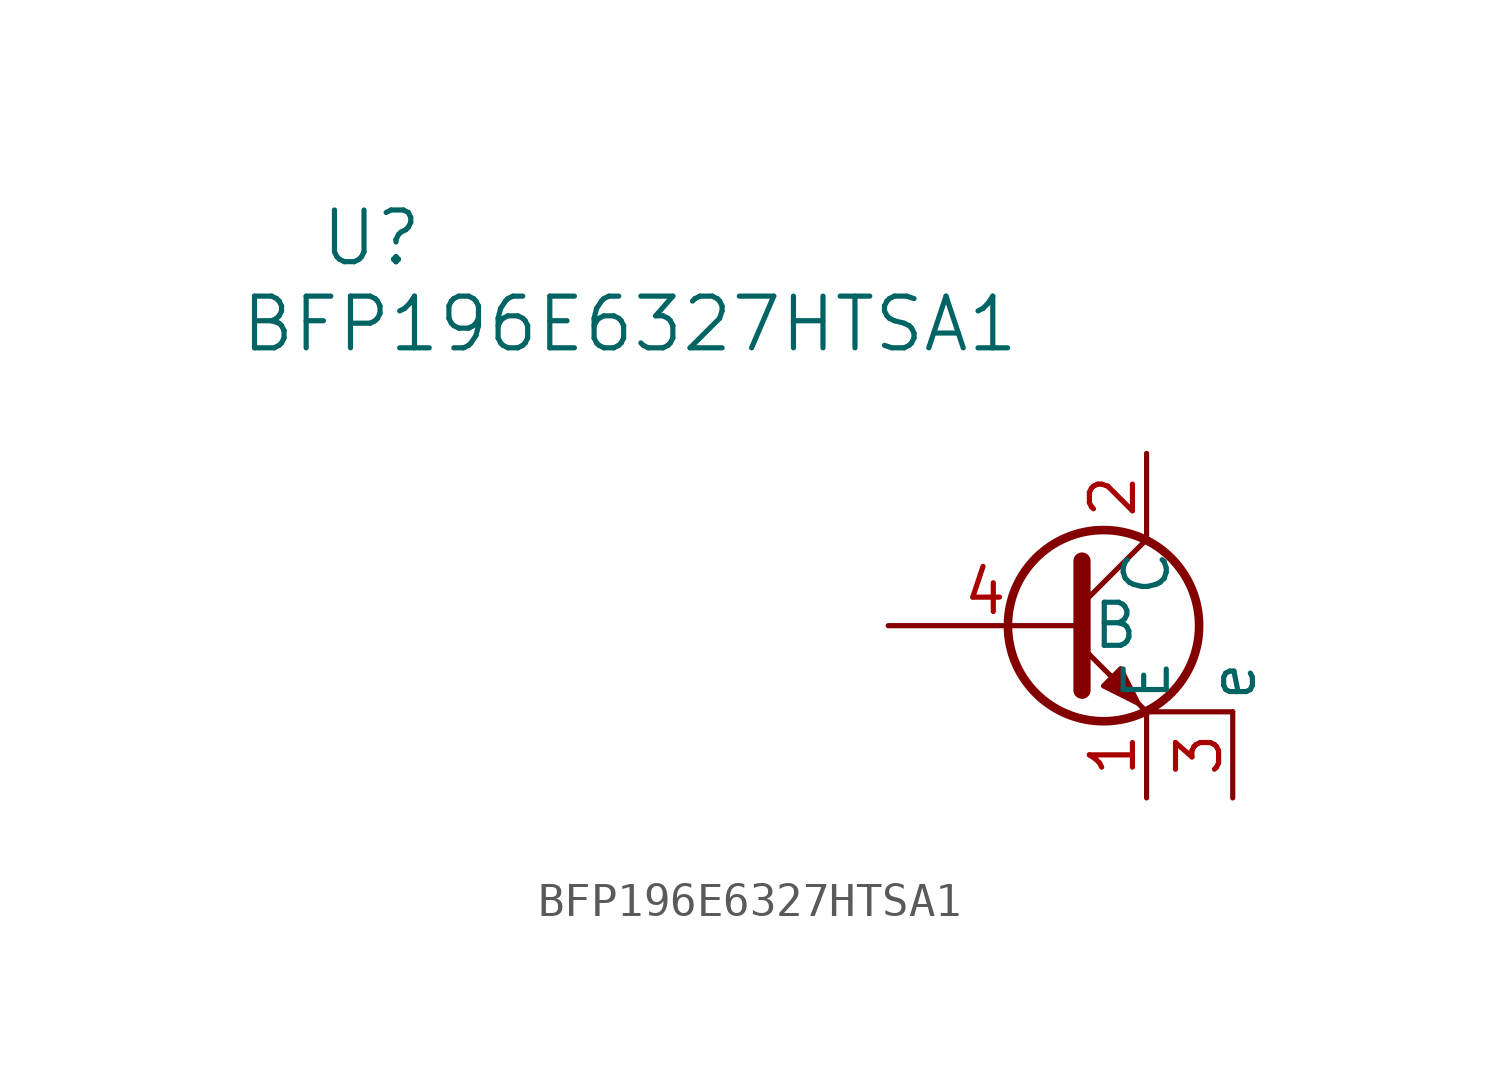
<source format=kicad_sym>
(kicad_symbol_lib
  (version 20220914)
  (generator kicad_symbol_editor)
  (symbol "BFP196E6327HTSA1"
    (pin_names
      (offset 0.254))
    (property "Reference" "U"
      (at -21.59 11.43 0)
      (effects (font (size 1.524 1.524))))
    (property "Value" "BFP196E6327HTSA1"
      (at -13.97 8.89 0)
      (effects (font (size 1.524 1.524))))
    (property "ki_locked" ""
      (at 0 0 0)
      (effects (font (size 1.27 1.27))))
    (symbol "BFP196E6327HTSA1_0_1"
      (polyline (pts (xy -0.635 0.635) (xy 1.27 2.54)) (stroke (width 0) (type default)) (fill (type none)))
      (polyline (pts (xy -0.635 -0.635) (xy 1.27 -2.54) (xy 1.27 -2.54)) (stroke (width 0) (type default)) (fill (type none)))
      (polyline (pts (xy -0.635 1.905) (xy -0.635 -1.905) (xy -0.635 -1.905)) (stroke (width 0.508) (type default)) (fill (type none)))
      (polyline (pts (xy 0 -1.778) (xy 0.508 -1.27) (xy 1.016 -2.286) (xy 0 -1.778) (xy 0 -1.778)) (stroke (width 0) (type default)) (fill (type outline)))
      (circle (center 0 0) (radius 2.819) (stroke (width 0.254) (type default)) (fill (type none))))
    (symbol "BFP196E6327HTSA1_1_1"
      (polyline (pts (xy 3.81 -2.54) (xy 1.27 -2.54)) (stroke (width 0) (type default)) (fill (type none)))
      (pin passive line (at 1.27 -5.08 90) (length 2.54) (name "E" (effects (font (size 1.27 1.27)))) (number "1" (effects (font (size 1.27 1.27)))))
      (pin passive line (at 1.27 5.08 270) (length 2.54) (name "C" (effects (font (size 1.27 1.27)))) (number "2" (effects (font (size 1.27 1.27)))))
      (pin passive line (at 3.81 -5.08 90) (length 2.54) (name "e" (effects (font (size 1.27 1.27)))) (number "3" (effects (font (size 1.27 1.27)))))
      (pin input line (at -6.35 0 0) (length 5.715) (name "B" (effects (font (size 1.27 1.27)))) (number "4" (effects (font (size 1.27 1.27))))))))
</source>
